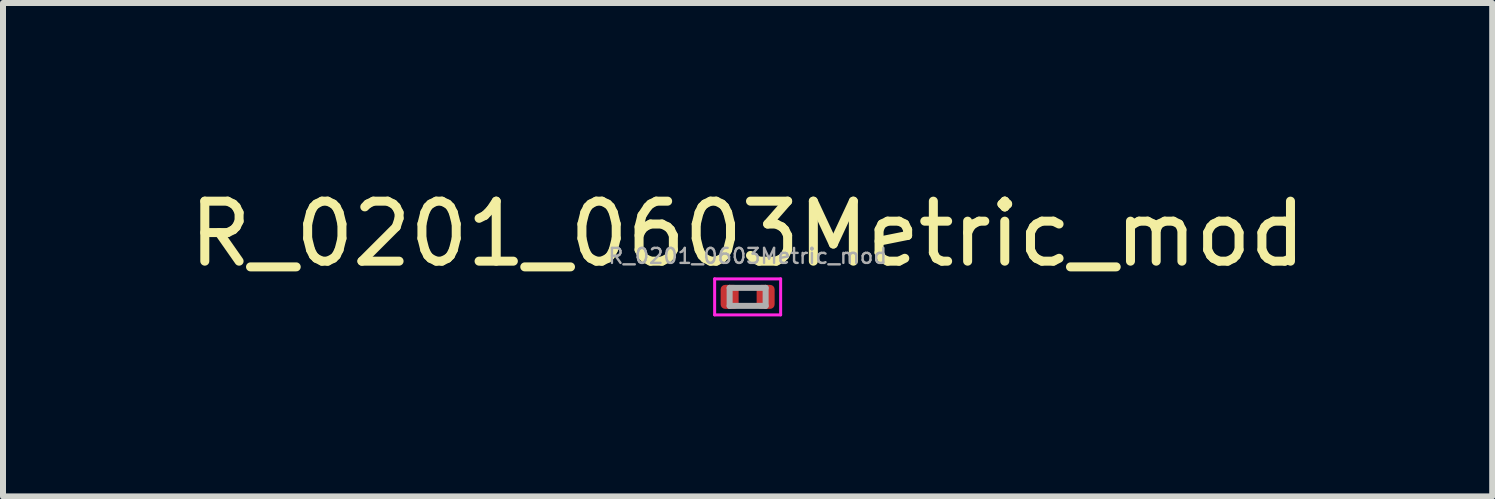
<source format=kicad_pcb>
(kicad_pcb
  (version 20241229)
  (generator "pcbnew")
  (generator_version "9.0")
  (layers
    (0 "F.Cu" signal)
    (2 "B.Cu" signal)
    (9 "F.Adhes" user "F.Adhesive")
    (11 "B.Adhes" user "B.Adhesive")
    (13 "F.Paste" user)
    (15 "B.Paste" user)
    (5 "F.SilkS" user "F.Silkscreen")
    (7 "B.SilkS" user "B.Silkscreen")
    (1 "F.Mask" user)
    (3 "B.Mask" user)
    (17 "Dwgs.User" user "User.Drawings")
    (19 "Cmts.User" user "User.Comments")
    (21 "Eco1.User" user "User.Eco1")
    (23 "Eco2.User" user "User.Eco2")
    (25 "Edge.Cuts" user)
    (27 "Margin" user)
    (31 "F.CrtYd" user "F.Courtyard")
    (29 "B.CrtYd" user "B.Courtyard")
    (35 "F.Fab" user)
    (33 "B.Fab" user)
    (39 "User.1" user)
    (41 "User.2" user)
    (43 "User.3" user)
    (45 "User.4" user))
  (footprint "R_0201_0603Metric_mod"
    (layer "F.Cu")
    (at 9.411 1.898)
    (property "Reference" "R_0201_0603Metric_mod" (at 0 -1.05 0) (layer "F.SilkS") (effects (font (size 1 1) (thickness 0.15))))
    (attr smd)
    (fp_line (start -0.55 -0.3) (end 0.55 -0.3) (stroke (width 0.05) (type solid)) (layer "F.CrtYd"))
    (fp_line (start -0.55 0.3) (end -0.55 -0.3) (stroke (width 0.05) (type solid)) (layer "F.CrtYd"))
    (fp_line (start 0.55 -0.3) (end 0.55 0.3) (stroke (width 0.05) (type solid)) (layer "F.CrtYd"))
    (fp_line (start 0.55 0.3) (end -0.55 0.3) (stroke (width 0.05) (type solid)) (layer "F.CrtYd"))
    (fp_line (start -0.3 -0.15) (end 0.3 -0.15) (stroke (width 0.1) (type solid)) (layer "F.Fab"))
    (fp_line (start -0.3 0.15) (end -0.3 -0.15) (stroke (width 0.1) (type solid)) (layer "F.Fab"))
    (fp_line (start 0.3 -0.15) (end 0.3 0.15) (stroke (width 0.1) (type solid)) (layer "F.Fab"))
    (fp_line (start 0.3 0.15) (end -0.3 0.15) (stroke (width 0.1) (type solid)) (layer "F.Fab"))
    (fp_text user "${REFERENCE}" (at 0 -0.68 0) (layer "F.Fab") (effects (font (size 0.25 0.25) (thickness 0.04))))
    (pad "1" smd roundrect (at -0.3 0) (size 0.3 0.4) (layers "F.Cu" "F.Mask" "F.Paste") (roundrect_rratio 0.25))
    (pad "2" smd roundrect (at 0.3 0) (size 0.3 0.4) (layers "F.Cu" "F.Mask" "F.Paste") (roundrect_rratio 0.25)))
  (gr_rect
    (start -3 -3)
    (end 21.821 5.223)
    (stroke (width 0.1) (type default))
    (fill no)
    (layer "Edge.Cuts")))
</source>
